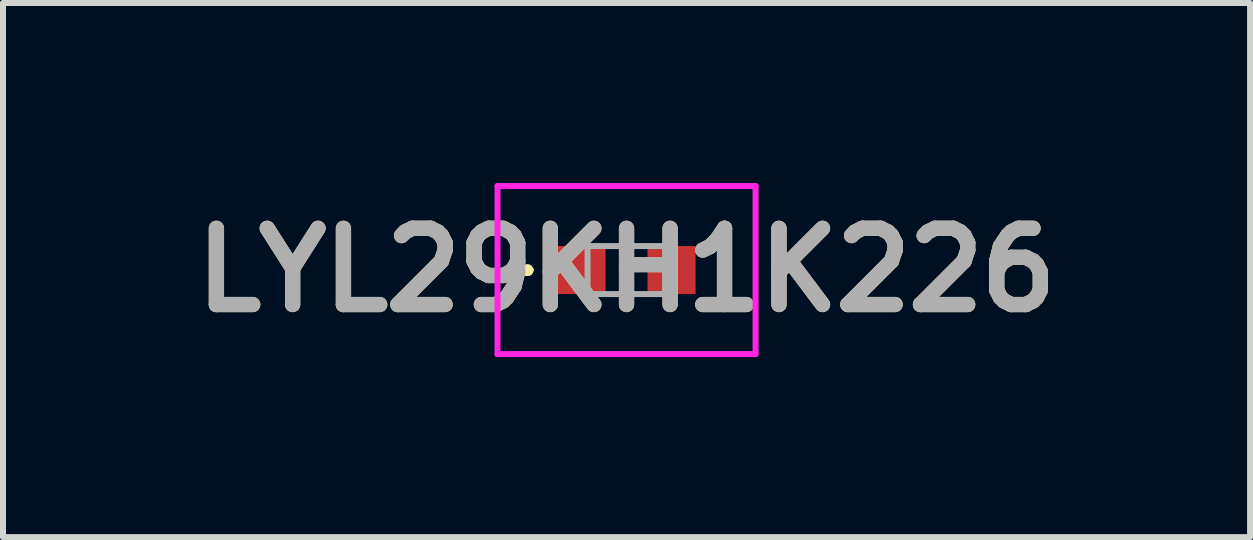
<source format=kicad_pcb>
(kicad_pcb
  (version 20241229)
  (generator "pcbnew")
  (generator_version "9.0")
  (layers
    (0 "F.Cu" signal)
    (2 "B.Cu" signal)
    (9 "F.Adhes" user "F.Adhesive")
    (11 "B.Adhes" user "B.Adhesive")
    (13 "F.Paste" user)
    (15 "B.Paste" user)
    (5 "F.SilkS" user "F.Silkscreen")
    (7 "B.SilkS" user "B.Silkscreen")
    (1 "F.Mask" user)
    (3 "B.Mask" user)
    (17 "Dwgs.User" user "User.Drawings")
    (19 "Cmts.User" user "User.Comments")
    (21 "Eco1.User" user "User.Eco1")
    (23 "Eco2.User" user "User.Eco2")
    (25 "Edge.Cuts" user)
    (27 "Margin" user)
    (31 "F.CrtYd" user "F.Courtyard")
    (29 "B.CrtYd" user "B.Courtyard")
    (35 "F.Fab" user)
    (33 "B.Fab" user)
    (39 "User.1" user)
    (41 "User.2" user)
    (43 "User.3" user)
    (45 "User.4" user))
  (footprint "LYL29KH1K226"
    (layer "F.Cu")
    (at 7.39 1.45)
    (property "Reference" "LYL29KH1K226" (at 0 0 0) (layer "F.SilkS") (effects (font (size 1.27 1.27) (thickness 0.254))))
    (attr smd)
    (fp_line (start -1.7 0) (end -1.7 0) (stroke (width 0.1) (type solid)) (layer "F.SilkS"))
    (fp_line (start -1.7 0) (end -1.7 0) (stroke (width 0.1) (type solid)) (layer "F.SilkS"))
    (fp_line (start -1.6 0) (end -1.6 0) (stroke (width 0.1) (type solid)) (layer "F.SilkS"))
    (fp_arc (start -1.7 0) (mid -1.65 -0.05) (end -1.6 0) (stroke (width 0.1) (type solid)) (layer "F.SilkS"))
    (fp_arc (start -1.6 0) (mid -1.65 0.05) (end -1.7 0) (stroke (width 0.1) (type solid)) (layer "F.SilkS"))
    (fp_arc (start -1.6 0) (mid -1.65 0.05) (end -1.7 0) (stroke (width 0.1) (type solid)) (layer "F.SilkS"))
    (fp_line (start -2.15 -1.4) (end 2.15 -1.4) (stroke (width 0.1) (type solid)) (layer "F.CrtYd"))
    (fp_line (start -2.15 1.4) (end -2.15 -1.4) (stroke (width 0.1) (type solid)) (layer "F.CrtYd"))
    (fp_line (start 2.15 -1.4) (end 2.15 1.4) (stroke (width 0.1) (type solid)) (layer "F.CrtYd"))
    (fp_line (start 2.15 1.4) (end -2.15 1.4) (stroke (width 0.1) (type solid)) (layer "F.CrtYd"))
    (fp_line (start -0.65 -0.4) (end -0.65 0.4) (stroke (width 0.1) (type solid)) (layer "F.Fab"))
    (fp_line (start -0.65 0.4) (end 0.65 0.4) (stroke (width 0.1) (type solid)) (layer "F.Fab"))
    (fp_line (start 0.65 -0.4) (end -0.65 -0.4) (stroke (width 0.1) (type solid)) (layer "F.Fab"))
    (fp_line (start 0.65 0.4) (end 0.65 -0.4) (stroke (width 0.1) (type solid)) (layer "F.Fab"))
    (fp_text user "${REFERENCE}" (at 0 0 0) (layer "F.Fab") (effects (font (size 1.27 1.27) (thickness 0.254))))
    (pad "1" smd rect (at -0.75 0 90) (size 0.8 0.8) (layers "F.Cu" "F.Mask" "F.Paste"))
    (pad "2" smd rect (at 0.75 0 90) (size 0.8 0.8) (layers "F.Cu" "F.Mask" "F.Paste")))
  (gr_rect
    (start -3 -3)
    (end 17.78 5.9)
    (stroke (width 0.1) (type default))
    (fill no)
    (layer "Edge.Cuts")))
</source>
